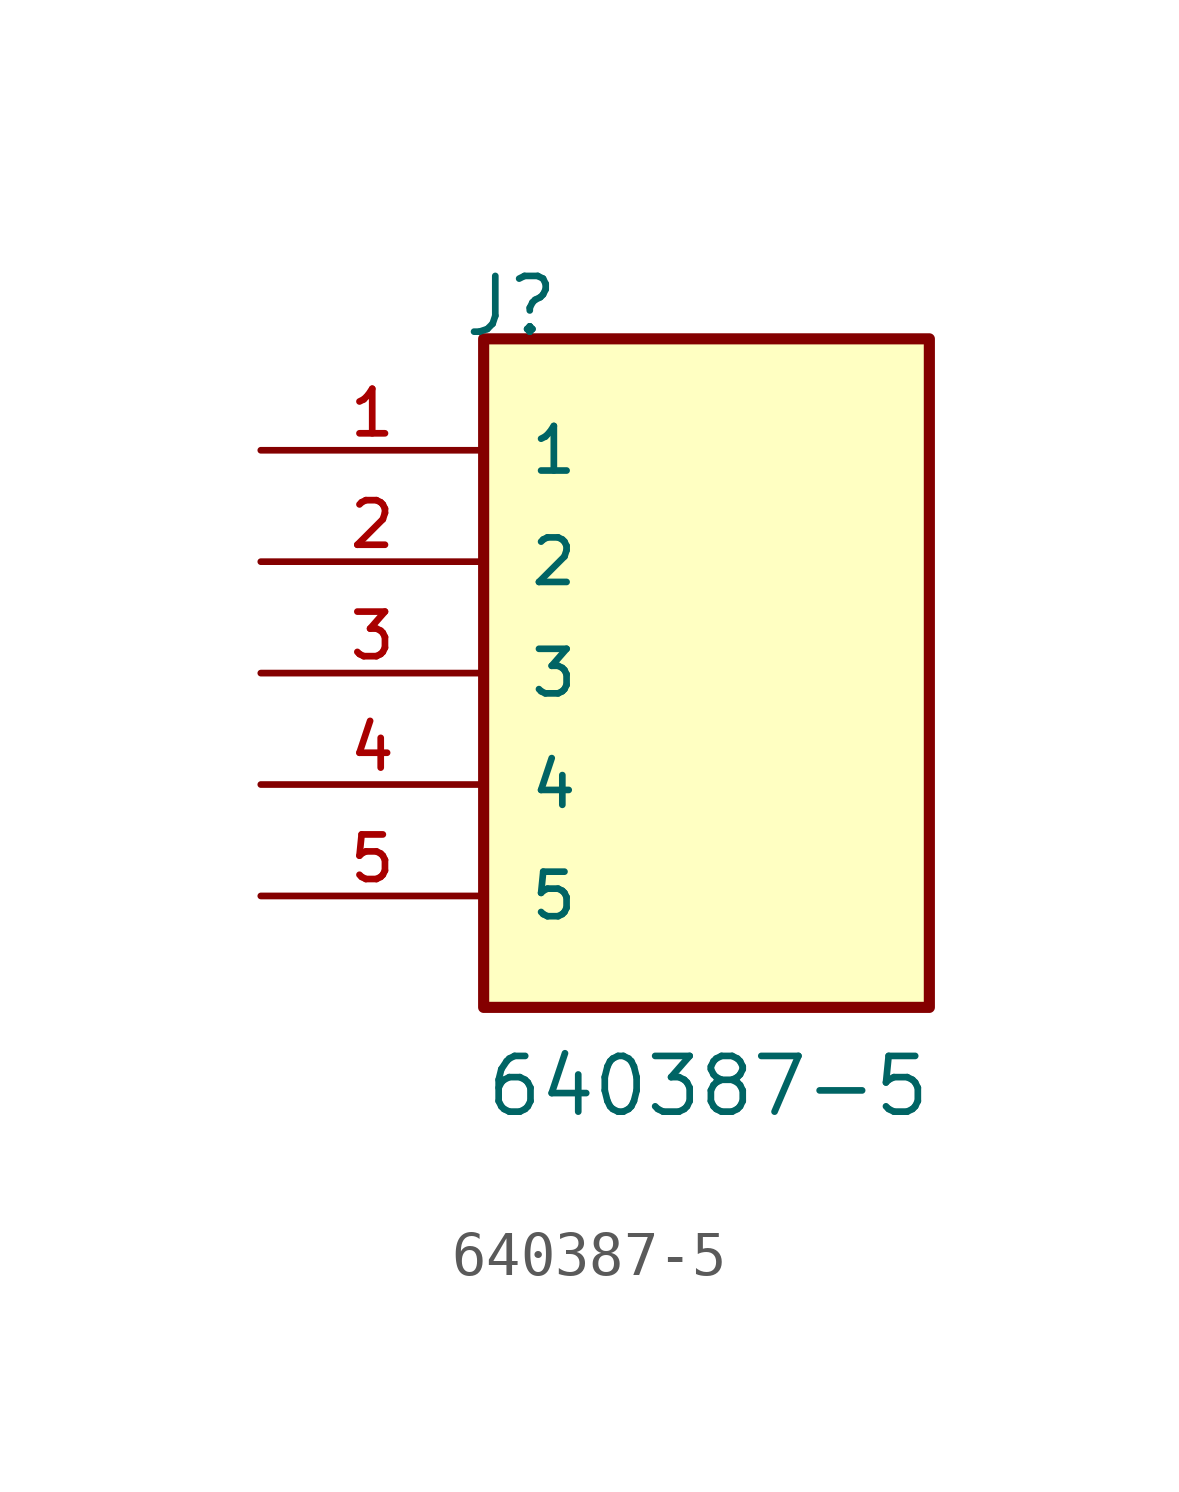
<source format=kicad_sym>
(kicad_symbol_lib
  (version 20211014)
  (generator kicad_symbol_editor)
  (symbol "640387-5"
    (pin_names
      (offset 1.016))
    (property "Reference" "J"
      (at -5.58 7.62 0)
      (effects (font (size 1.27 1.27)) (justify bottom left)))
    (property "Value" "640387-5"
      (at -5.08 -10.16 0)
      (effects (font (size 1.27 1.27)) (justify bottom left)))
    (symbol "640387-5_0_0"
      (rectangle (start -5.08 -7.62) (end 5.08 7.62) (stroke (width 0.254)) (fill (type background)))
      (pin passive line (at -10.16 5.08 0) (length 5.08) (name "1" (effects (font (size 1.016 1.016)))) (number "1" (effects (font (size 1.016 1.016)))))
      (pin passive line (at -10.16 2.54 0) (length 5.08) (name "2" (effects (font (size 1.016 1.016)))) (number "2" (effects (font (size 1.016 1.016)))))
      (pin passive line (at -10.16 0.0 0) (length 5.08) (name "3" (effects (font (size 1.016 1.016)))) (number "3" (effects (font (size 1.016 1.016)))))
      (pin passive line (at -10.16 -2.54 0) (length 5.08) (name "4" (effects (font (size 1.016 1.016)))) (number "4" (effects (font (size 1.016 1.016)))))
      (pin passive line (at -10.16 -5.08 0) (length 5.08) (name "5" (effects (font (size 1.016 1.016)))) (number "5" (effects (font (size 1.016 1.016))))))))
</source>
